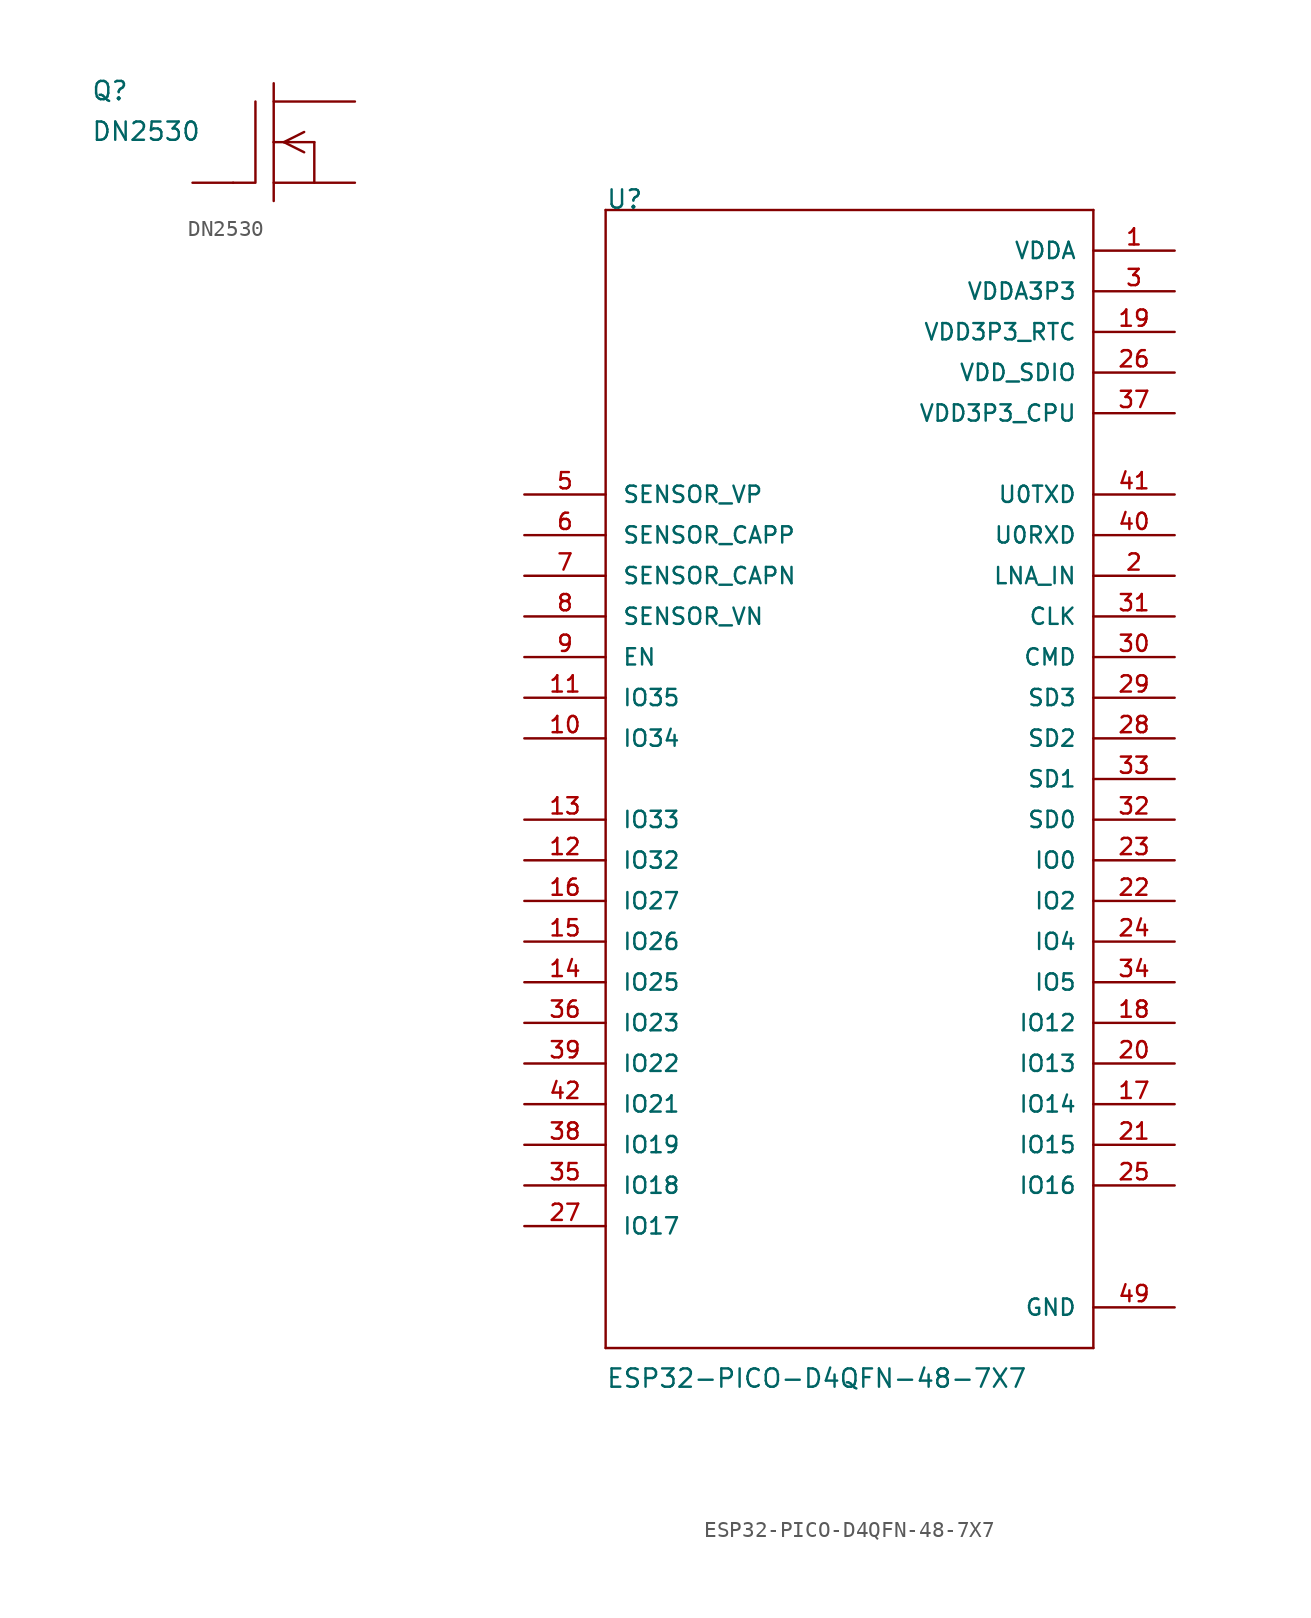
<source format=kicad_sym>
(kicad_symbol_lib
  (version 20241209)
  (generator "kicad_symbol_editor")
  (generator_version "9.0")
  (symbol "DN2530"
    (pin_numbers
      (hide yes))
    (pin_names
      (offset 1.016)
      (hide yes))
    (property "Reference" "Q"
      (at -11.43 2.54 0)
      (effects (font (size 1.143 1.143)) (justify left bottom)))
    (property "Value" "DN2530"
      (at -11.43 0 0)
      (effects (font (size 1.143 1.143)) (justify left bottom)))
    (property "ki_locked" ""
      (at 0 0 0)
      (effects (font (size 1.27 1.27))))
    (symbol "DN2530_1_0"
      (polyline (pts (xy -2.54 -2.54) (xy -1.219 -2.54)) (stroke (width 0) (type solid)) (fill (type none)))
      (polyline (pts (xy -1.143 2.54) (xy -1.143 -2.54)) (stroke (width 0) (type solid)) (fill (type none)))
      (polyline (pts (xy 0 3.683) (xy 0 0)) (stroke (width 0) (type solid)) (fill (type none)))
      (polyline (pts (xy 0 0) (xy 0 -3.683)) (stroke (width 0) (type solid)) (fill (type none)))
      (polyline (pts (xy 0 0) (xy 2.54 0)) (stroke (width 0) (type solid)) (fill (type none)))
      (polyline (pts (xy 1.905 0.635) (xy 0.635 0)) (stroke (width 0) (type solid)) (fill (type none)))
      (polyline (pts (xy 1.905 -0.635) (xy 0.635 0)) (stroke (width 0) (type solid)) (fill (type none)))
      (polyline (pts (xy 2.54 0) (xy 2.54 -2.54)) (stroke (width 0) (type solid)) (fill (type none))))
    (symbol "DN2530_1_1"
      (pin passive line (at -5.08 -2.54 0) (length 2.54) (name "G" (effects (font (size 1.016 1.016)))) (number "2" (effects (font (size 1.016 1.016)))))
      (pin passive line (at 5.08 2.54 180) (length 5.08) (name "D" (effects (font (size 1.016 1.016)))) (number "1" (effects (font (size 1.016 1.016)))))
      (pin passive line (at 5.08 -2.54 180) (length 5.08) (name "S" (effects (font (size 1.016 1.016)))) (number "3" (effects (font (size 1.016 1.016)))))))
  (symbol "ESP32-PICO-D4QFN-48-7X7"
    (pin_names
      (offset 1.016))
    (property "Reference" "U"
      (at -15.24 35.56 0)
      (effects (font (size 1.143 1.143)) (justify left bottom)))
    (property "Value" "ESP32-PICO-D4QFN-48-7X7"
      (at -15.24 -38.125 0)
      (effects (font (size 1.143 1.143)) (justify left bottom)))
    (property "ki_locked" ""
      (at 0 0 0)
      (effects (font (size 1.27 1.27))))
    (symbol "ESP32-PICO-D4QFN-48-7X7_1_0"
      (polyline (pts (xy -15.24 35.56) (xy 15.24 35.56)) (stroke (width 0) (type solid)) (fill (type none)))
      (polyline (pts (xy -15.24 -35.56) (xy -15.24 35.56)) (stroke (width 0) (type solid)) (fill (type none)))
      (polyline (pts (xy 15.24 35.56) (xy 15.24 -35.56)) (stroke (width 0) (type solid)) (fill (type none)))
      (polyline (pts (xy 15.24 -35.56) (xy -15.24 -35.56)) (stroke (width 0) (type solid)) (fill (type none))))
    (symbol "ESP32-PICO-D4QFN-48-7X7_1_1"
      (pin input line (at -20.32 17.78 0) (length 5.08) (name "SENSOR_VP" (effects (font (size 1.016 1.016)))) (number "5" (effects (font (size 1.016 1.016)))))
      (pin input line (at -20.32 15.24 0) (length 5.08) (name "SENSOR_CAPP" (effects (font (size 1.016 1.016)))) (number "6" (effects (font (size 1.016 1.016)))))
      (pin input line (at -20.32 12.7 0) (length 5.08) (name "SENSOR_CAPN" (effects (font (size 1.016 1.016)))) (number "7" (effects (font (size 1.016 1.016)))))
      (pin input line (at -20.32 10.16 0) (length 5.08) (name "SENSOR_VN" (effects (font (size 1.016 1.016)))) (number "8" (effects (font (size 1.016 1.016)))))
      (pin input line (at -20.32 7.62 0) (length 5.08) (name "EN" (effects (font (size 1.016 1.016)))) (number "9" (effects (font (size 1.016 1.016)))))
      (pin input line (at -20.32 5.08 0) (length 5.08) (name "IO35" (effects (font (size 1.016 1.016)))) (number "11" (effects (font (size 1.016 1.016)))))
      (pin input line (at -20.32 2.54 0) (length 5.08) (name "IO34" (effects (font (size 1.016 1.016)))) (number "10" (effects (font (size 1.016 1.016)))))
      (pin bidirectional line (at -20.32 -2.54 0) (length 5.08) (name "IO33" (effects (font (size 1.016 1.016)))) (number "13" (effects (font (size 1.016 1.016)))))
      (pin bidirectional line (at -20.32 -5.08 0) (length 5.08) (name "IO32" (effects (font (size 1.016 1.016)))) (number "12" (effects (font (size 1.016 1.016)))))
      (pin bidirectional line (at -20.32 -7.62 0) (length 5.08) (name "IO27" (effects (font (size 1.016 1.016)))) (number "16" (effects (font (size 1.016 1.016)))))
      (pin bidirectional line (at -20.32 -10.16 0) (length 5.08) (name "IO26" (effects (font (size 1.016 1.016)))) (number "15" (effects (font (size 1.016 1.016)))))
      (pin bidirectional line (at -20.32 -12.7 0) (length 5.08) (name "IO25" (effects (font (size 1.016 1.016)))) (number "14" (effects (font (size 1.016 1.016)))))
      (pin bidirectional line (at -20.32 -15.24 0) (length 5.08) (name "IO23" (effects (font (size 1.016 1.016)))) (number "36" (effects (font (size 1.016 1.016)))))
      (pin bidirectional line (at -20.32 -17.78 0) (length 5.08) (name "IO22" (effects (font (size 1.016 1.016)))) (number "39" (effects (font (size 1.016 1.016)))))
      (pin bidirectional line (at -20.32 -20.32 0) (length 5.08) (name "IO21" (effects (font (size 1.016 1.016)))) (number "42" (effects (font (size 1.016 1.016)))))
      (pin bidirectional line (at -20.32 -22.86 0) (length 5.08) (name "IO19" (effects (font (size 1.016 1.016)))) (number "38" (effects (font (size 1.016 1.016)))))
      (pin bidirectional line (at -20.32 -25.4 0) (length 5.08) (name "IO18" (effects (font (size 1.016 1.016)))) (number "35" (effects (font (size 1.016 1.016)))))
      (pin bidirectional line (at -20.32 -27.94 0) (length 5.08) (name "IO17" (effects (font (size 1.016 1.016)))) (number "27" (effects (font (size 1.016 1.016)))))
      (pin power_in line (at 20.32 33.02 180) (length 5.08) (name "VDDA" (effects (font (size 1.016 1.016)))) (number "1" (effects (font (size 1.016 1.016)))))
      (pin power_in line (at 20.32 33.02 180) (length 5.08) (hide yes) (name "VDDA" (effects (font (size 1.016 1.016)))) (number "43" (effects (font (size 1.016 1.016)))))
      (pin power_in line (at 20.32 33.02 180) (length 5.08) (hide yes) (name "VDDA" (effects (font (size 1.016 1.016)))) (number "46" (effects (font (size 1.016 1.016)))))
      (pin power_in line (at 20.32 30.48 180) (length 5.08) (name "VDDA3P3" (effects (font (size 1.016 1.016)))) (number "3" (effects (font (size 1.016 1.016)))))
      (pin power_in line (at 20.32 30.48 180) (length 5.08) (hide yes) (name "VDDA3P3" (effects (font (size 1.016 1.016)))) (number "4" (effects (font (size 1.016 1.016)))))
      (pin power_in line (at 20.32 27.94 180) (length 5.08) (name "VDD3P3_RTC" (effects (font (size 1.016 1.016)))) (number "19" (effects (font (size 1.016 1.016)))))
      (pin power_in line (at 20.32 25.4 180) (length 5.08) (name "VDD_SDIO" (effects (font (size 1.016 1.016)))) (number "26" (effects (font (size 1.016 1.016)))))
      (pin power_in line (at 20.32 22.86 180) (length 5.08) (name "VDD3P3_CPU" (effects (font (size 1.016 1.016)))) (number "37" (effects (font (size 1.016 1.016)))))
      (pin bidirectional line (at 20.32 17.78 180) (length 5.08) (name "U0TXD" (effects (font (size 1.016 1.016)))) (number "41" (effects (font (size 1.016 1.016)))))
      (pin bidirectional line (at 20.32 15.24 180) (length 5.08) (name "U0RXD" (effects (font (size 1.016 1.016)))) (number "40" (effects (font (size 1.016 1.016)))))
      (pin bidirectional line (at 20.32 12.7 180) (length 5.08) (name "LNA_IN" (effects (font (size 1.016 1.016)))) (number "2" (effects (font (size 1.016 1.016)))))
      (pin bidirectional line (at 20.32 10.16 180) (length 5.08) (name "CLK" (effects (font (size 1.016 1.016)))) (number "31" (effects (font (size 1.016 1.016)))))
      (pin bidirectional line (at 20.32 7.62 180) (length 5.08) (name "CMD" (effects (font (size 1.016 1.016)))) (number "30" (effects (font (size 1.016 1.016)))))
      (pin bidirectional line (at 20.32 5.08 180) (length 5.08) (name "SD3" (effects (font (size 1.016 1.016)))) (number "29" (effects (font (size 1.016 1.016)))))
      (pin bidirectional line (at 20.32 2.54 180) (length 5.08) (name "SD2" (effects (font (size 1.016 1.016)))) (number "28" (effects (font (size 1.016 1.016)))))
      (pin bidirectional line (at 20.32 0 180) (length 5.08) (name "SD1" (effects (font (size 1.016 1.016)))) (number "33" (effects (font (size 1.016 1.016)))))
      (pin bidirectional line (at 20.32 -2.54 180) (length 5.08) (name "SD0" (effects (font (size 1.016 1.016)))) (number "32" (effects (font (size 1.016 1.016)))))
      (pin bidirectional line (at 20.32 -5.08 180) (length 5.08) (name "IO0" (effects (font (size 1.016 1.016)))) (number "23" (effects (font (size 1.016 1.016)))))
      (pin bidirectional line (at 20.32 -7.62 180) (length 5.08) (name "IO2" (effects (font (size 1.016 1.016)))) (number "22" (effects (font (size 1.016 1.016)))))
      (pin bidirectional line (at 20.32 -10.16 180) (length 5.08) (name "IO4" (effects (font (size 1.016 1.016)))) (number "24" (effects (font (size 1.016 1.016)))))
      (pin bidirectional line (at 20.32 -12.7 180) (length 5.08) (name "IO5" (effects (font (size 1.016 1.016)))) (number "34" (effects (font (size 1.016 1.016)))))
      (pin bidirectional line (at 20.32 -15.24 180) (length 5.08) (name "IO12" (effects (font (size 1.016 1.016)))) (number "18" (effects (font (size 1.016 1.016)))))
      (pin bidirectional line (at 20.32 -17.78 180) (length 5.08) (name "IO13" (effects (font (size 1.016 1.016)))) (number "20" (effects (font (size 1.016 1.016)))))
      (pin bidirectional line (at 20.32 -20.32 180) (length 5.08) (name "IO14" (effects (font (size 1.016 1.016)))) (number "17" (effects (font (size 1.016 1.016)))))
      (pin bidirectional line (at 20.32 -22.86 180) (length 5.08) (name "IO15" (effects (font (size 1.016 1.016)))) (number "21" (effects (font (size 1.016 1.016)))))
      (pin bidirectional line (at 20.32 -25.4 180) (length 5.08) (name "IO16" (effects (font (size 1.016 1.016)))) (number "25" (effects (font (size 1.016 1.016)))))
      (pin power_in line (at 20.32 -33.02 180) (length 5.08) (name "GND" (effects (font (size 1.016 1.016)))) (number "49" (effects (font (size 1.016 1.016))))))))
</source>
